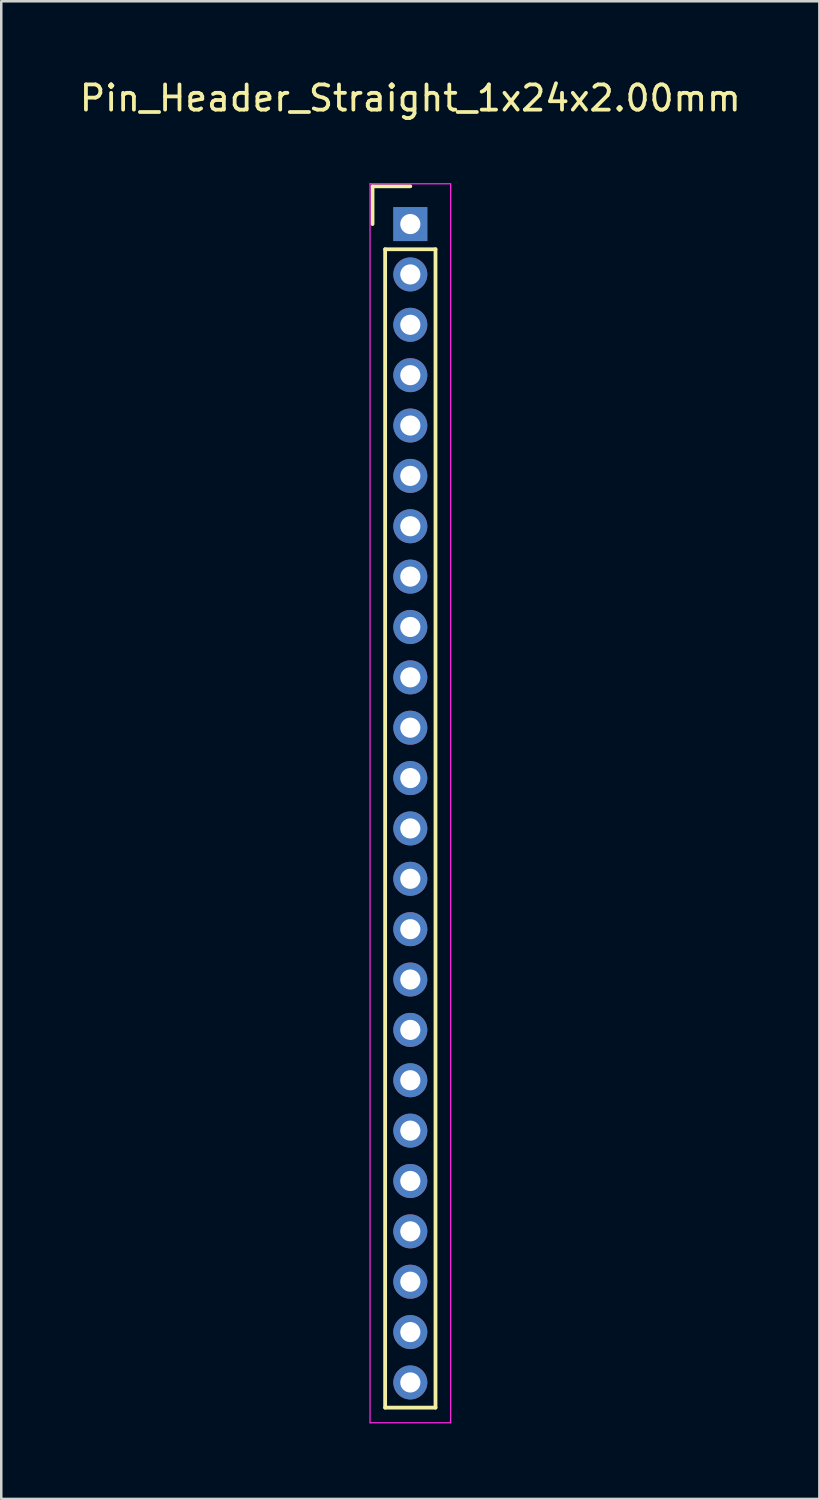
<source format=kicad_pcb>
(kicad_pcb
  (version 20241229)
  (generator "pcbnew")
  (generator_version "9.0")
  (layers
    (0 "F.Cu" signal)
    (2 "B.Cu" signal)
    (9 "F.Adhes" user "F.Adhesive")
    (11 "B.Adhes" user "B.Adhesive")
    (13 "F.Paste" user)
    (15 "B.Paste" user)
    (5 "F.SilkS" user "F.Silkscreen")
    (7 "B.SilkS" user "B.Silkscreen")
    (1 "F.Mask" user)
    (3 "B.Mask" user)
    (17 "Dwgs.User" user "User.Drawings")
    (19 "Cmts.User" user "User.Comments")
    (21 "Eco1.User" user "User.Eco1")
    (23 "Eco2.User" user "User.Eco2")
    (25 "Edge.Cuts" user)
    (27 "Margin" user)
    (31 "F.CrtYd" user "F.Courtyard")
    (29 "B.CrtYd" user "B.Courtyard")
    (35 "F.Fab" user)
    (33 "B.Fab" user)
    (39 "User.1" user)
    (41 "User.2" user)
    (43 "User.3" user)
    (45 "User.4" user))
  (footprint "Pin_Header_Straight_1x24x2.00mm"
    (layer "F.Cu")
    (at 13.244 5.848)
    (property "Reference" "Pin_Header_Straight_1x24x2.00mm" (at 0 -5 0) (layer "F.SilkS") (effects (font (size 1 1) (thickness 0.15))))
    (attr through_hole)
    (fp_line (start -1.5 -1.5) (end 0 -1.5) (stroke (width 0.15) (type solid)) (layer "F.SilkS"))
    (fp_line (start -1.5 0) (end -1.5 -1.5) (stroke (width 0.15) (type solid)) (layer "F.SilkS"))
    (fp_line (start -1 1) (end 1 1) (stroke (width 0.15) (type solid)) (layer "F.SilkS"))
    (fp_line (start -1 47) (end -1 1) (stroke (width 0.15) (type solid)) (layer "F.SilkS"))
    (fp_line (start 1 1) (end 1 47) (stroke (width 0.15) (type solid)) (layer "F.SilkS"))
    (fp_line (start 1 47) (end -1 47) (stroke (width 0.15) (type solid)) (layer "F.SilkS"))
    (fp_line (start -1.6 -1.6) (end 1.6 -1.6) (stroke (width 0.05) (type solid)) (layer "F.CrtYd"))
    (fp_line (start -1.6 47.6) (end -1.6 -1.6) (stroke (width 0.05) (type solid)) (layer "F.CrtYd"))
    (fp_line (start 1.6 -1.6) (end 1.6 47.6) (stroke (width 0.05) (type solid)) (layer "F.CrtYd"))
    (fp_line (start 1.6 47.6) (end -1.6 47.6) (stroke (width 0.05) (type solid)) (layer "F.CrtYd"))
    (pad "1" thru_hole rect (at 0 0) (size 1.35 1.35) (drill 0.8) (layers "*.Cu" "*.Mask"))
    (pad "2" thru_hole circle (at 0 2) (size 1.35 1.35) (drill 0.8) (layers "*.Cu" "*.Mask"))
    (pad "3" thru_hole circle (at 0 4) (size 1.35 1.35) (drill 0.8) (layers "*.Cu" "*.Mask"))
    (pad "4" thru_hole circle (at 0 6) (size 1.35 1.35) (drill 0.8) (layers "*.Cu" "*.Mask"))
    (pad "5" thru_hole circle (at 0 8) (size 1.35 1.35) (drill 0.8) (layers "*.Cu" "*.Mask"))
    (pad "6" thru_hole circle (at 0 10) (size 1.35 1.35) (drill 0.8) (layers "*.Cu" "*.Mask"))
    (pad "7" thru_hole circle (at 0 12) (size 1.35 1.35) (drill 0.8) (layers "*.Cu" "*.Mask"))
    (pad "8" thru_hole circle (at 0 14) (size 1.35 1.35) (drill 0.8) (layers "*.Cu" "*.Mask"))
    (pad "9" thru_hole circle (at 0 16) (size 1.35 1.35) (drill 0.8) (layers "*.Cu" "*.Mask"))
    (pad "10" thru_hole circle (at 0 18) (size 1.35 1.35) (drill 0.8) (layers "*.Cu" "*.Mask"))
    (pad "11" thru_hole circle (at 0 20) (size 1.35 1.35) (drill 0.8) (layers "*.Cu" "*.Mask"))
    (pad "12" thru_hole circle (at 0 22) (size 1.35 1.35) (drill 0.8) (layers "*.Cu" "*.Mask"))
    (pad "13" thru_hole circle (at 0 24) (size 1.35 1.35) (drill 0.8) (layers "*.Cu" "*.Mask"))
    (pad "14" thru_hole circle (at 0 26) (size 1.35 1.35) (drill 0.8) (layers "*.Cu" "*.Mask"))
    (pad "15" thru_hole circle (at 0 28) (size 1.35 1.35) (drill 0.8) (layers "*.Cu" "*.Mask"))
    (pad "16" thru_hole circle (at 0 30) (size 1.35 1.35) (drill 0.8) (layers "*.Cu" "*.Mask"))
    (pad "17" thru_hole circle (at 0 32) (size 1.35 1.35) (drill 0.8) (layers "*.Cu" "*.Mask"))
    (pad "18" thru_hole circle (at 0 34) (size 1.35 1.35) (drill 0.8) (layers "*.Cu" "*.Mask"))
    (pad "19" thru_hole circle (at 0 36) (size 1.35 1.35) (drill 0.8) (layers "*.Cu" "*.Mask"))
    (pad "20" thru_hole circle (at 0 38) (size 1.35 1.35) (drill 0.8) (layers "*.Cu" "*.Mask"))
    (pad "21" thru_hole circle (at 0 40) (size 1.35 1.35) (drill 0.8) (layers "*.Cu" "*.Mask"))
    (pad "22" thru_hole circle (at 0 42) (size 1.35 1.35) (drill 0.8) (layers "*.Cu" "*.Mask"))
    (pad "23" thru_hole circle (at 0 44) (size 1.35 1.35) (drill 0.8) (layers "*.Cu" "*.Mask"))
    (pad "24" thru_hole circle (at 0 46) (size 1.35 1.35) (drill 0.8) (layers "*.Cu" "*.Mask")))
  (gr_rect
    (start -3 -3)
    (end 29.488 56.473)
    (stroke (width 0.1) (type default))
    (fill no)
    (layer "Edge.Cuts")))
</source>
